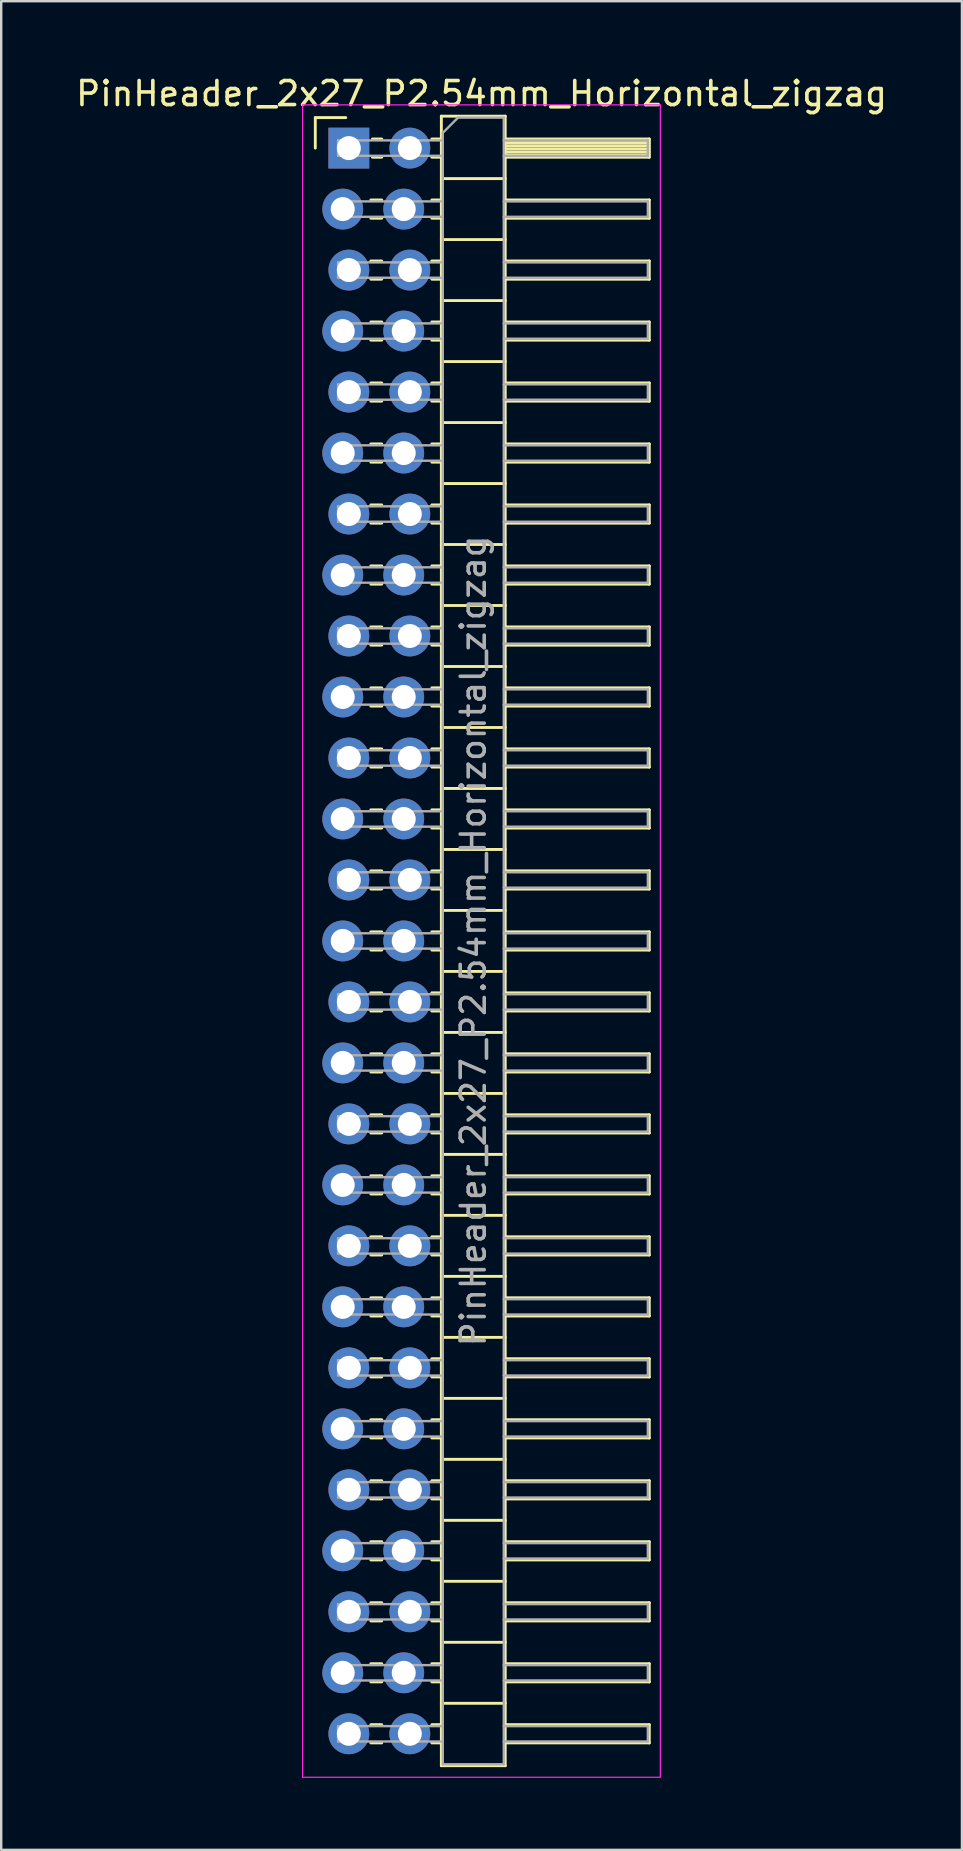
<source format=kicad_pcb>
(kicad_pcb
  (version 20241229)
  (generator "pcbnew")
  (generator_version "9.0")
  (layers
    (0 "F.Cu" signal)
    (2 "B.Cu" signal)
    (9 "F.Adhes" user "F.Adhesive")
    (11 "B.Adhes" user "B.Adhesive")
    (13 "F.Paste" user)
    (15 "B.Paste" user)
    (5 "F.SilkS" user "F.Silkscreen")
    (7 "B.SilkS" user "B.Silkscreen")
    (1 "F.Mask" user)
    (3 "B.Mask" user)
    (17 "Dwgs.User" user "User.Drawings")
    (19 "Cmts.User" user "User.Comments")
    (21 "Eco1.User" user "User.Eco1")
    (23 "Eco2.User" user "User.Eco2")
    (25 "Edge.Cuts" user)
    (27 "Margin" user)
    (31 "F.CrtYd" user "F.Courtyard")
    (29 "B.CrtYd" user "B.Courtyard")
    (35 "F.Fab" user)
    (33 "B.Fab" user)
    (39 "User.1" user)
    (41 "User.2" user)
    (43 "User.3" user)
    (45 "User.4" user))
  (footprint "PinHeader_2x27_P2.54mm_Horizontal_zigzag"
    (layer "F.Cu")
    (at 11.351 3.118)
    (property "Reference" "PinHeader_2x27_P2.54mm_Horizontal_zigzag" (at 5.655 -2.27 0) (layer "F.SilkS") (effects (font (size 1 1) (thickness 0.15))))
    (attr through_hole)
    (fp_line (start -1.27 -1.27) (end 0 -1.27) (stroke (width 0.12) (type solid)) (layer "F.SilkS"))
    (fp_line (start -1.27 0) (end -1.27 -1.27) (stroke (width 0.12) (type solid)) (layer "F.SilkS"))
    (fp_line (start 1.043 2.16) (end 1.497 2.16) (stroke (width 0.12) (type solid)) (layer "F.SilkS"))
    (fp_line (start 1.043 2.92) (end 1.497 2.92) (stroke (width 0.12) (type solid)) (layer "F.SilkS"))
    (fp_line (start 1.043 4.7) (end 1.497 4.7) (stroke (width 0.12) (type solid)) (layer "F.SilkS"))
    (fp_line (start 1.043 5.46) (end 1.497 5.46) (stroke (width 0.12) (type solid)) (layer "F.SilkS"))
    (fp_line (start 1.043 7.24) (end 1.497 7.24) (stroke (width 0.12) (type solid)) (layer "F.SilkS"))
    (fp_line (start 1.043 8) (end 1.497 8) (stroke (width 0.12) (type solid)) (layer "F.SilkS"))
    (fp_line (start 1.043 9.78) (end 1.497 9.78) (stroke (width 0.12) (type solid)) (layer "F.SilkS"))
    (fp_line (start 1.043 10.54) (end 1.497 10.54) (stroke (width 0.12) (type solid)) (layer "F.SilkS"))
    (fp_line (start 1.043 12.32) (end 1.497 12.32) (stroke (width 0.12) (type solid)) (layer "F.SilkS"))
    (fp_line (start 1.043 13.08) (end 1.497 13.08) (stroke (width 0.12) (type solid)) (layer "F.SilkS"))
    (fp_line (start 1.043 14.86) (end 1.497 14.86) (stroke (width 0.12) (type solid)) (layer "F.SilkS"))
    (fp_line (start 1.043 15.62) (end 1.497 15.62) (stroke (width 0.12) (type solid)) (layer "F.SilkS"))
    (fp_line (start 1.043 17.4) (end 1.497 17.4) (stroke (width 0.12) (type solid)) (layer "F.SilkS"))
    (fp_line (start 1.043 18.16) (end 1.497 18.16) (stroke (width 0.12) (type solid)) (layer "F.SilkS"))
    (fp_line (start 1.043 19.94) (end 1.497 19.94) (stroke (width 0.12) (type solid)) (layer "F.SilkS"))
    (fp_line (start 1.043 20.7) (end 1.497 20.7) (stroke (width 0.12) (type solid)) (layer "F.SilkS"))
    (fp_line (start 1.043 22.48) (end 1.497 22.48) (stroke (width 0.12) (type solid)) (layer "F.SilkS"))
    (fp_line (start 1.043 23.24) (end 1.497 23.24) (stroke (width 0.12) (type solid)) (layer "F.SilkS"))
    (fp_line (start 1.043 25.02) (end 1.497 25.02) (stroke (width 0.12) (type solid)) (layer "F.SilkS"))
    (fp_line (start 1.043 25.78) (end 1.497 25.78) (stroke (width 0.12) (type solid)) (layer "F.SilkS"))
    (fp_line (start 1.043 27.56) (end 1.497 27.56) (stroke (width 0.12) (type solid)) (layer "F.SilkS"))
    (fp_line (start 1.043 28.32) (end 1.497 28.32) (stroke (width 0.12) (type solid)) (layer "F.SilkS"))
    (fp_line (start 1.043 30.1) (end 1.497 30.1) (stroke (width 0.12) (type solid)) (layer "F.SilkS"))
    (fp_line (start 1.043 30.86) (end 1.497 30.86) (stroke (width 0.12) (type solid)) (layer "F.SilkS"))
    (fp_line (start 1.043 32.64) (end 1.497 32.64) (stroke (width 0.12) (type solid)) (layer "F.SilkS"))
    (fp_line (start 1.043 33.4) (end 1.497 33.4) (stroke (width 0.12) (type solid)) (layer "F.SilkS"))
    (fp_line (start 1.043 35.18) (end 1.497 35.18) (stroke (width 0.12) (type solid)) (layer "F.SilkS"))
    (fp_line (start 1.043 35.94) (end 1.497 35.94) (stroke (width 0.12) (type solid)) (layer "F.SilkS"))
    (fp_line (start 1.043 37.72) (end 1.497 37.72) (stroke (width 0.12) (type solid)) (layer "F.SilkS"))
    (fp_line (start 1.043 38.48) (end 1.497 38.48) (stroke (width 0.12) (type solid)) (layer "F.SilkS"))
    (fp_line (start 1.043 40.26) (end 1.497 40.26) (stroke (width 0.12) (type solid)) (layer "F.SilkS"))
    (fp_line (start 1.043 41.02) (end 1.497 41.02) (stroke (width 0.12) (type solid)) (layer "F.SilkS"))
    (fp_line (start 1.043 42.8) (end 1.497 42.8) (stroke (width 0.12) (type solid)) (layer "F.SilkS"))
    (fp_line (start 1.043 43.56) (end 1.497 43.56) (stroke (width 0.12) (type solid)) (layer "F.SilkS"))
    (fp_line (start 1.043 45.34) (end 1.497 45.34) (stroke (width 0.12) (type solid)) (layer "F.SilkS"))
    (fp_line (start 1.043 46.1) (end 1.497 46.1) (stroke (width 0.12) (type solid)) (layer "F.SilkS"))
    (fp_line (start 1.043 47.88) (end 1.497 47.88) (stroke (width 0.12) (type solid)) (layer "F.SilkS"))
    (fp_line (start 1.043 48.64) (end 1.497 48.64) (stroke (width 0.12) (type solid)) (layer "F.SilkS"))
    (fp_line (start 1.043 50.42) (end 1.497 50.42) (stroke (width 0.12) (type solid)) (layer "F.SilkS"))
    (fp_line (start 1.043 51.18) (end 1.497 51.18) (stroke (width 0.12) (type solid)) (layer "F.SilkS"))
    (fp_line (start 1.043 52.96) (end 1.497 52.96) (stroke (width 0.12) (type solid)) (layer "F.SilkS"))
    (fp_line (start 1.043 53.72) (end 1.497 53.72) (stroke (width 0.12) (type solid)) (layer "F.SilkS"))
    (fp_line (start 1.043 55.5) (end 1.497 55.5) (stroke (width 0.12) (type solid)) (layer "F.SilkS"))
    (fp_line (start 1.043 56.26) (end 1.497 56.26) (stroke (width 0.12) (type solid)) (layer "F.SilkS"))
    (fp_line (start 1.043 58.04) (end 1.497 58.04) (stroke (width 0.12) (type solid)) (layer "F.SilkS"))
    (fp_line (start 1.043 58.8) (end 1.497 58.8) (stroke (width 0.12) (type solid)) (layer "F.SilkS"))
    (fp_line (start 1.043 60.58) (end 1.497 60.58) (stroke (width 0.12) (type solid)) (layer "F.SilkS"))
    (fp_line (start 1.043 61.34) (end 1.497 61.34) (stroke (width 0.12) (type solid)) (layer "F.SilkS"))
    (fp_line (start 1.043 63.12) (end 1.497 63.12) (stroke (width 0.12) (type solid)) (layer "F.SilkS"))
    (fp_line (start 1.043 63.88) (end 1.497 63.88) (stroke (width 0.12) (type solid)) (layer "F.SilkS"))
    (fp_line (start 1.043 65.66) (end 1.497 65.66) (stroke (width 0.12) (type solid)) (layer "F.SilkS"))
    (fp_line (start 1.043 66.42) (end 1.497 66.42) (stroke (width 0.12) (type solid)) (layer "F.SilkS"))
    (fp_line (start 1.11 -0.38) (end 1.497 -0.38) (stroke (width 0.12) (type solid)) (layer "F.SilkS"))
    (fp_line (start 1.11 0.38) (end 1.497 0.38) (stroke (width 0.12) (type solid)) (layer "F.SilkS"))
    (fp_line (start 3.583 -0.38) (end 3.98 -0.38) (stroke (width 0.12) (type solid)) (layer "F.SilkS"))
    (fp_line (start 3.583 0.38) (end 3.98 0.38) (stroke (width 0.12) (type solid)) (layer "F.SilkS"))
    (fp_line (start 3.583 2.16) (end 3.98 2.16) (stroke (width 0.12) (type solid)) (layer "F.SilkS"))
    (fp_line (start 3.583 2.92) (end 3.98 2.92) (stroke (width 0.12) (type solid)) (layer "F.SilkS"))
    (fp_line (start 3.583 4.7) (end 3.98 4.7) (stroke (width 0.12) (type solid)) (layer "F.SilkS"))
    (fp_line (start 3.583 5.46) (end 3.98 5.46) (stroke (width 0.12) (type solid)) (layer "F.SilkS"))
    (fp_line (start 3.583 7.24) (end 3.98 7.24) (stroke (width 0.12) (type solid)) (layer "F.SilkS"))
    (fp_line (start 3.583 8) (end 3.98 8) (stroke (width 0.12) (type solid)) (layer "F.SilkS"))
    (fp_line (start 3.583 9.78) (end 3.98 9.78) (stroke (width 0.12) (type solid)) (layer "F.SilkS"))
    (fp_line (start 3.583 10.54) (end 3.98 10.54) (stroke (width 0.12) (type solid)) (layer "F.SilkS"))
    (fp_line (start 3.583 12.32) (end 3.98 12.32) (stroke (width 0.12) (type solid)) (layer "F.SilkS"))
    (fp_line (start 3.583 13.08) (end 3.98 13.08) (stroke (width 0.12) (type solid)) (layer "F.SilkS"))
    (fp_line (start 3.583 14.86) (end 3.98 14.86) (stroke (width 0.12) (type solid)) (layer "F.SilkS"))
    (fp_line (start 3.583 15.62) (end 3.98 15.62) (stroke (width 0.12) (type solid)) (layer "F.SilkS"))
    (fp_line (start 3.583 17.4) (end 3.98 17.4) (stroke (width 0.12) (type solid)) (layer "F.SilkS"))
    (fp_line (start 3.583 18.16) (end 3.98 18.16) (stroke (width 0.12) (type solid)) (layer "F.SilkS"))
    (fp_line (start 3.583 19.94) (end 3.98 19.94) (stroke (width 0.12) (type solid)) (layer "F.SilkS"))
    (fp_line (start 3.583 20.7) (end 3.98 20.7) (stroke (width 0.12) (type solid)) (layer "F.SilkS"))
    (fp_line (start 3.583 22.48) (end 3.98 22.48) (stroke (width 0.12) (type solid)) (layer "F.SilkS"))
    (fp_line (start 3.583 23.24) (end 3.98 23.24) (stroke (width 0.12) (type solid)) (layer "F.SilkS"))
    (fp_line (start 3.583 25.02) (end 3.98 25.02) (stroke (width 0.12) (type solid)) (layer "F.SilkS"))
    (fp_line (start 3.583 25.78) (end 3.98 25.78) (stroke (width 0.12) (type solid)) (layer "F.SilkS"))
    (fp_line (start 3.583 27.56) (end 3.98 27.56) (stroke (width 0.12) (type solid)) (layer "F.SilkS"))
    (fp_line (start 3.583 28.32) (end 3.98 28.32) (stroke (width 0.12) (type solid)) (layer "F.SilkS"))
    (fp_line (start 3.583 30.1) (end 3.98 30.1) (stroke (width 0.12) (type solid)) (layer "F.SilkS"))
    (fp_line (start 3.583 30.86) (end 3.98 30.86) (stroke (width 0.12) (type solid)) (layer "F.SilkS"))
    (fp_line (start 3.583 32.64) (end 3.98 32.64) (stroke (width 0.12) (type solid)) (layer "F.SilkS"))
    (fp_line (start 3.583 33.4) (end 3.98 33.4) (stroke (width 0.12) (type solid)) (layer "F.SilkS"))
    (fp_line (start 3.583 35.18) (end 3.98 35.18) (stroke (width 0.12) (type solid)) (layer "F.SilkS"))
    (fp_line (start 3.583 35.94) (end 3.98 35.94) (stroke (width 0.12) (type solid)) (layer "F.SilkS"))
    (fp_line (start 3.583 37.72) (end 3.98 37.72) (stroke (width 0.12) (type solid)) (layer "F.SilkS"))
    (fp_line (start 3.583 38.48) (end 3.98 38.48) (stroke (width 0.12) (type solid)) (layer "F.SilkS"))
    (fp_line (start 3.583 40.26) (end 3.98 40.26) (stroke (width 0.12) (type solid)) (layer "F.SilkS"))
    (fp_line (start 3.583 41.02) (end 3.98 41.02) (stroke (width 0.12) (type solid)) (layer "F.SilkS"))
    (fp_line (start 3.583 42.8) (end 3.98 42.8) (stroke (width 0.12) (type solid)) (layer "F.SilkS"))
    (fp_line (start 3.583 43.56) (end 3.98 43.56) (stroke (width 0.12) (type solid)) (layer "F.SilkS"))
    (fp_line (start 3.583 45.34) (end 3.98 45.34) (stroke (width 0.12) (type solid)) (layer "F.SilkS"))
    (fp_line (start 3.583 46.1) (end 3.98 46.1) (stroke (width 0.12) (type solid)) (layer "F.SilkS"))
    (fp_line (start 3.583 47.88) (end 3.98 47.88) (stroke (width 0.12) (type solid)) (layer "F.SilkS"))
    (fp_line (start 3.583 48.64) (end 3.98 48.64) (stroke (width 0.12) (type solid)) (layer "F.SilkS"))
    (fp_line (start 3.583 50.42) (end 3.98 50.42) (stroke (width 0.12) (type solid)) (layer "F.SilkS"))
    (fp_line (start 3.583 51.18) (end 3.98 51.18) (stroke (width 0.12) (type solid)) (layer "F.SilkS"))
    (fp_line (start 3.583 52.96) (end 3.98 52.96) (stroke (width 0.12) (type solid)) (layer "F.SilkS"))
    (fp_line (start 3.583 53.72) (end 3.98 53.72) (stroke (width 0.12) (type solid)) (layer "F.SilkS"))
    (fp_line (start 3.583 55.5) (end 3.98 55.5) (stroke (width 0.12) (type solid)) (layer "F.SilkS"))
    (fp_line (start 3.583 56.26) (end 3.98 56.26) (stroke (width 0.12) (type solid)) (layer "F.SilkS"))
    (fp_line (start 3.583 58.04) (end 3.98 58.04) (stroke (width 0.12) (type solid)) (layer "F.SilkS"))
    (fp_line (start 3.583 58.8) (end 3.98 58.8) (stroke (width 0.12) (type solid)) (layer "F.SilkS"))
    (fp_line (start 3.583 60.58) (end 3.98 60.58) (stroke (width 0.12) (type solid)) (layer "F.SilkS"))
    (fp_line (start 3.583 61.34) (end 3.98 61.34) (stroke (width 0.12) (type solid)) (layer "F.SilkS"))
    (fp_line (start 3.583 63.12) (end 3.98 63.12) (stroke (width 0.12) (type solid)) (layer "F.SilkS"))
    (fp_line (start 3.583 63.88) (end 3.98 63.88) (stroke (width 0.12) (type solid)) (layer "F.SilkS"))
    (fp_line (start 3.583 65.66) (end 3.98 65.66) (stroke (width 0.12) (type solid)) (layer "F.SilkS"))
    (fp_line (start 3.583 66.42) (end 3.98 66.42) (stroke (width 0.12) (type solid)) (layer "F.SilkS"))
    (fp_line (start 3.98 -1.33) (end 3.98 67.37) (stroke (width 0.12) (type solid)) (layer "F.SilkS"))
    (fp_line (start 3.98 1.27) (end 6.64 1.27) (stroke (width 0.12) (type solid)) (layer "F.SilkS"))
    (fp_line (start 3.98 3.81) (end 6.64 3.81) (stroke (width 0.12) (type solid)) (layer "F.SilkS"))
    (fp_line (start 3.98 6.35) (end 6.64 6.35) (stroke (width 0.12) (type solid)) (layer "F.SilkS"))
    (fp_line (start 3.98 8.89) (end 6.64 8.89) (stroke (width 0.12) (type solid)) (layer "F.SilkS"))
    (fp_line (start 3.98 11.43) (end 6.64 11.43) (stroke (width 0.12) (type solid)) (layer "F.SilkS"))
    (fp_line (start 3.98 13.97) (end 6.64 13.97) (stroke (width 0.12) (type solid)) (layer "F.SilkS"))
    (fp_line (start 3.98 16.51) (end 6.64 16.51) (stroke (width 0.12) (type solid)) (layer "F.SilkS"))
    (fp_line (start 3.98 19.05) (end 6.64 19.05) (stroke (width 0.12) (type solid)) (layer "F.SilkS"))
    (fp_line (start 3.98 21.59) (end 6.64 21.59) (stroke (width 0.12) (type solid)) (layer "F.SilkS"))
    (fp_line (start 3.98 24.13) (end 6.64 24.13) (stroke (width 0.12) (type solid)) (layer "F.SilkS"))
    (fp_line (start 3.98 26.67) (end 6.64 26.67) (stroke (width 0.12) (type solid)) (layer "F.SilkS"))
    (fp_line (start 3.98 29.21) (end 6.64 29.21) (stroke (width 0.12) (type solid)) (layer "F.SilkS"))
    (fp_line (start 3.98 31.75) (end 6.64 31.75) (stroke (width 0.12) (type solid)) (layer "F.SilkS"))
    (fp_line (start 3.98 34.29) (end 6.64 34.29) (stroke (width 0.12) (type solid)) (layer "F.SilkS"))
    (fp_line (start 3.98 36.83) (end 6.64 36.83) (stroke (width 0.12) (type solid)) (layer "F.SilkS"))
    (fp_line (start 3.98 39.37) (end 6.64 39.37) (stroke (width 0.12) (type solid)) (layer "F.SilkS"))
    (fp_line (start 3.98 41.91) (end 6.64 41.91) (stroke (width 0.12) (type solid)) (layer "F.SilkS"))
    (fp_line (start 3.98 44.45) (end 6.64 44.45) (stroke (width 0.12) (type solid)) (layer "F.SilkS"))
    (fp_line (start 3.98 46.99) (end 6.64 46.99) (stroke (width 0.12) (type solid)) (layer "F.SilkS"))
    (fp_line (start 3.98 49.53) (end 6.64 49.53) (stroke (width 0.12) (type solid)) (layer "F.SilkS"))
    (fp_line (start 3.98 52.07) (end 6.64 52.07) (stroke (width 0.12) (type solid)) (layer "F.SilkS"))
    (fp_line (start 3.98 54.61) (end 6.64 54.61) (stroke (width 0.12) (type solid)) (layer "F.SilkS"))
    (fp_line (start 3.98 57.15) (end 6.64 57.15) (stroke (width 0.12) (type solid)) (layer "F.SilkS"))
    (fp_line (start 3.98 59.69) (end 6.64 59.69) (stroke (width 0.12) (type solid)) (layer "F.SilkS"))
    (fp_line (start 3.98 62.23) (end 6.64 62.23) (stroke (width 0.12) (type solid)) (layer "F.SilkS"))
    (fp_line (start 3.98 64.77) (end 6.64 64.77) (stroke (width 0.12) (type solid)) (layer "F.SilkS"))
    (fp_line (start 3.98 67.37) (end 6.64 67.37) (stroke (width 0.12) (type solid)) (layer "F.SilkS"))
    (fp_line (start 6.64 -1.33) (end 3.98 -1.33) (stroke (width 0.12) (type solid)) (layer "F.SilkS"))
    (fp_line (start 6.64 -0.38) (end 12.64 -0.38) (stroke (width 0.12) (type solid)) (layer "F.SilkS"))
    (fp_line (start 6.64 -0.32) (end 12.64 -0.32) (stroke (width 0.12) (type solid)) (layer "F.SilkS"))
    (fp_line (start 6.64 -0.2) (end 12.64 -0.2) (stroke (width 0.12) (type solid)) (layer "F.SilkS"))
    (fp_line (start 6.64 -0.08) (end 12.64 -0.08) (stroke (width 0.12) (type solid)) (layer "F.SilkS"))
    (fp_line (start 6.64 0.04) (end 12.64 0.04) (stroke (width 0.12) (type solid)) (layer "F.SilkS"))
    (fp_line (start 6.64 0.16) (end 12.64 0.16) (stroke (width 0.12) (type solid)) (layer "F.SilkS"))
    (fp_line (start 6.64 0.28) (end 12.64 0.28) (stroke (width 0.12) (type solid)) (layer "F.SilkS"))
    (fp_line (start 6.64 2.16) (end 12.64 2.16) (stroke (width 0.12) (type solid)) (layer "F.SilkS"))
    (fp_line (start 6.64 4.7) (end 12.64 4.7) (stroke (width 0.12) (type solid)) (layer "F.SilkS"))
    (fp_line (start 6.64 7.24) (end 12.64 7.24) (stroke (width 0.12) (type solid)) (layer "F.SilkS"))
    (fp_line (start 6.64 9.78) (end 12.64 9.78) (stroke (width 0.12) (type solid)) (layer "F.SilkS"))
    (fp_line (start 6.64 12.32) (end 12.64 12.32) (stroke (width 0.12) (type solid)) (layer "F.SilkS"))
    (fp_line (start 6.64 14.86) (end 12.64 14.86) (stroke (width 0.12) (type solid)) (layer "F.SilkS"))
    (fp_line (start 6.64 17.4) (end 12.64 17.4) (stroke (width 0.12) (type solid)) (layer "F.SilkS"))
    (fp_line (start 6.64 19.94) (end 12.64 19.94) (stroke (width 0.12) (type solid)) (layer "F.SilkS"))
    (fp_line (start 6.64 22.48) (end 12.64 22.48) (stroke (width 0.12) (type solid)) (layer "F.SilkS"))
    (fp_line (start 6.64 25.02) (end 12.64 25.02) (stroke (width 0.12) (type solid)) (layer "F.SilkS"))
    (fp_line (start 6.64 27.56) (end 12.64 27.56) (stroke (width 0.12) (type solid)) (layer "F.SilkS"))
    (fp_line (start 6.64 30.1) (end 12.64 30.1) (stroke (width 0.12) (type solid)) (layer "F.SilkS"))
    (fp_line (start 6.64 32.64) (end 12.64 32.64) (stroke (width 0.12) (type solid)) (layer "F.SilkS"))
    (fp_line (start 6.64 35.18) (end 12.64 35.18) (stroke (width 0.12) (type solid)) (layer "F.SilkS"))
    (fp_line (start 6.64 37.72) (end 12.64 37.72) (stroke (width 0.12) (type solid)) (layer "F.SilkS"))
    (fp_line (start 6.64 40.26) (end 12.64 40.26) (stroke (width 0.12) (type solid)) (layer "F.SilkS"))
    (fp_line (start 6.64 42.8) (end 12.64 42.8) (stroke (width 0.12) (type solid)) (layer "F.SilkS"))
    (fp_line (start 6.64 45.34) (end 12.64 45.34) (stroke (width 0.12) (type solid)) (layer "F.SilkS"))
    (fp_line (start 6.64 47.88) (end 12.64 47.88) (stroke (width 0.12) (type solid)) (layer "F.SilkS"))
    (fp_line (start 6.64 50.42) (end 12.64 50.42) (stroke (width 0.12) (type solid)) (layer "F.SilkS"))
    (fp_line (start 6.64 52.96) (end 12.64 52.96) (stroke (width 0.12) (type solid)) (layer "F.SilkS"))
    (fp_line (start 6.64 55.5) (end 12.64 55.5) (stroke (width 0.12) (type solid)) (layer "F.SilkS"))
    (fp_line (start 6.64 58.04) (end 12.64 58.04) (stroke (width 0.12) (type solid)) (layer "F.SilkS"))
    (fp_line (start 6.64 60.58) (end 12.64 60.58) (stroke (width 0.12) (type solid)) (layer "F.SilkS"))
    (fp_line (start 6.64 63.12) (end 12.64 63.12) (stroke (width 0.12) (type solid)) (layer "F.SilkS"))
    (fp_line (start 6.64 65.66) (end 12.64 65.66) (stroke (width 0.12) (type solid)) (layer "F.SilkS"))
    (fp_line (start 6.64 67.37) (end 6.64 -1.33) (stroke (width 0.12) (type solid)) (layer "F.SilkS"))
    (fp_line (start 12.64 -0.38) (end 12.64 0.38) (stroke (width 0.12) (type solid)) (layer "F.SilkS"))
    (fp_line (start 12.64 0.38) (end 6.64 0.38) (stroke (width 0.12) (type solid)) (layer "F.SilkS"))
    (fp_line (start 12.64 2.16) (end 12.64 2.92) (stroke (width 0.12) (type solid)) (layer "F.SilkS"))
    (fp_line (start 12.64 2.92) (end 6.64 2.92) (stroke (width 0.12) (type solid)) (layer "F.SilkS"))
    (fp_line (start 12.64 4.7) (end 12.64 5.46) (stroke (width 0.12) (type solid)) (layer "F.SilkS"))
    (fp_line (start 12.64 5.46) (end 6.64 5.46) (stroke (width 0.12) (type solid)) (layer "F.SilkS"))
    (fp_line (start 12.64 7.24) (end 12.64 8) (stroke (width 0.12) (type solid)) (layer "F.SilkS"))
    (fp_line (start 12.64 8) (end 6.64 8) (stroke (width 0.12) (type solid)) (layer "F.SilkS"))
    (fp_line (start 12.64 9.78) (end 12.64 10.54) (stroke (width 0.12) (type solid)) (layer "F.SilkS"))
    (fp_line (start 12.64 10.54) (end 6.64 10.54) (stroke (width 0.12) (type solid)) (layer "F.SilkS"))
    (fp_line (start 12.64 12.32) (end 12.64 13.08) (stroke (width 0.12) (type solid)) (layer "F.SilkS"))
    (fp_line (start 12.64 13.08) (end 6.64 13.08) (stroke (width 0.12) (type solid)) (layer "F.SilkS"))
    (fp_line (start 12.64 14.86) (end 12.64 15.62) (stroke (width 0.12) (type solid)) (layer "F.SilkS"))
    (fp_line (start 12.64 15.62) (end 6.64 15.62) (stroke (width 0.12) (type solid)) (layer "F.SilkS"))
    (fp_line (start 12.64 17.4) (end 12.64 18.16) (stroke (width 0.12) (type solid)) (layer "F.SilkS"))
    (fp_line (start 12.64 18.16) (end 6.64 18.16) (stroke (width 0.12) (type solid)) (layer "F.SilkS"))
    (fp_line (start 12.64 19.94) (end 12.64 20.7) (stroke (width 0.12) (type solid)) (layer "F.SilkS"))
    (fp_line (start 12.64 20.7) (end 6.64 20.7) (stroke (width 0.12) (type solid)) (layer "F.SilkS"))
    (fp_line (start 12.64 22.48) (end 12.64 23.24) (stroke (width 0.12) (type solid)) (layer "F.SilkS"))
    (fp_line (start 12.64 23.24) (end 6.64 23.24) (stroke (width 0.12) (type solid)) (layer "F.SilkS"))
    (fp_line (start 12.64 25.02) (end 12.64 25.78) (stroke (width 0.12) (type solid)) (layer "F.SilkS"))
    (fp_line (start 12.64 25.78) (end 6.64 25.78) (stroke (width 0.12) (type solid)) (layer "F.SilkS"))
    (fp_line (start 12.64 27.56) (end 12.64 28.32) (stroke (width 0.12) (type solid)) (layer "F.SilkS"))
    (fp_line (start 12.64 28.32) (end 6.64 28.32) (stroke (width 0.12) (type solid)) (layer "F.SilkS"))
    (fp_line (start 12.64 30.1) (end 12.64 30.86) (stroke (width 0.12) (type solid)) (layer "F.SilkS"))
    (fp_line (start 12.64 30.86) (end 6.64 30.86) (stroke (width 0.12) (type solid)) (layer "F.SilkS"))
    (fp_line (start 12.64 32.64) (end 12.64 33.4) (stroke (width 0.12) (type solid)) (layer "F.SilkS"))
    (fp_line (start 12.64 33.4) (end 6.64 33.4) (stroke (width 0.12) (type solid)) (layer "F.SilkS"))
    (fp_line (start 12.64 35.18) (end 12.64 35.94) (stroke (width 0.12) (type solid)) (layer "F.SilkS"))
    (fp_line (start 12.64 35.94) (end 6.64 35.94) (stroke (width 0.12) (type solid)) (layer "F.SilkS"))
    (fp_line (start 12.64 37.72) (end 12.64 38.48) (stroke (width 0.12) (type solid)) (layer "F.SilkS"))
    (fp_line (start 12.64 38.48) (end 6.64 38.48) (stroke (width 0.12) (type solid)) (layer "F.SilkS"))
    (fp_line (start 12.64 40.26) (end 12.64 41.02) (stroke (width 0.12) (type solid)) (layer "F.SilkS"))
    (fp_line (start 12.64 41.02) (end 6.64 41.02) (stroke (width 0.12) (type solid)) (layer "F.SilkS"))
    (fp_line (start 12.64 42.8) (end 12.64 43.56) (stroke (width 0.12) (type solid)) (layer "F.SilkS"))
    (fp_line (start 12.64 43.56) (end 6.64 43.56) (stroke (width 0.12) (type solid)) (layer "F.SilkS"))
    (fp_line (start 12.64 45.34) (end 12.64 46.1) (stroke (width 0.12) (type solid)) (layer "F.SilkS"))
    (fp_line (start 12.64 46.1) (end 6.64 46.1) (stroke (width 0.12) (type solid)) (layer "F.SilkS"))
    (fp_line (start 12.64 47.88) (end 12.64 48.64) (stroke (width 0.12) (type solid)) (layer "F.SilkS"))
    (fp_line (start 12.64 48.64) (end 6.64 48.64) (stroke (width 0.12) (type solid)) (layer "F.SilkS"))
    (fp_line (start 12.64 50.42) (end 12.64 51.18) (stroke (width 0.12) (type solid)) (layer "F.SilkS"))
    (fp_line (start 12.64 51.18) (end 6.64 51.18) (stroke (width 0.12) (type solid)) (layer "F.SilkS"))
    (fp_line (start 12.64 52.96) (end 12.64 53.72) (stroke (width 0.12) (type solid)) (layer "F.SilkS"))
    (fp_line (start 12.64 53.72) (end 6.64 53.72) (stroke (width 0.12) (type solid)) (layer "F.SilkS"))
    (fp_line (start 12.64 55.5) (end 12.64 56.26) (stroke (width 0.12) (type solid)) (layer "F.SilkS"))
    (fp_line (start 12.64 56.26) (end 6.64 56.26) (stroke (width 0.12) (type solid)) (layer "F.SilkS"))
    (fp_line (start 12.64 58.04) (end 12.64 58.8) (stroke (width 0.12) (type solid)) (layer "F.SilkS"))
    (fp_line (start 12.64 58.8) (end 6.64 58.8) (stroke (width 0.12) (type solid)) (layer "F.SilkS"))
    (fp_line (start 12.64 60.58) (end 12.64 61.34) (stroke (width 0.12) (type solid)) (layer "F.SilkS"))
    (fp_line (start 12.64 61.34) (end 6.64 61.34) (stroke (width 0.12) (type solid)) (layer "F.SilkS"))
    (fp_line (start 12.64 63.12) (end 12.64 63.88) (stroke (width 0.12) (type solid)) (layer "F.SilkS"))
    (fp_line (start 12.64 63.88) (end 6.64 63.88) (stroke (width 0.12) (type solid)) (layer "F.SilkS"))
    (fp_line (start 12.64 65.66) (end 12.64 66.42) (stroke (width 0.12) (type solid)) (layer "F.SilkS"))
    (fp_line (start 12.64 66.42) (end 6.64 66.42) (stroke (width 0.12) (type solid)) (layer "F.SilkS"))
    (fp_line (start -1.8 -1.8) (end -1.8 67.85) (stroke (width 0.05) (type solid)) (layer "F.CrtYd"))
    (fp_line (start -1.8 67.85) (end 13.1 67.85) (stroke (width 0.05) (type solid)) (layer "F.CrtYd"))
    (fp_line (start 13.1 -1.8) (end -1.8 -1.8) (stroke (width 0.05) (type solid)) (layer "F.CrtYd"))
    (fp_line (start 13.1 67.85) (end 13.1 -1.8) (stroke (width 0.05) (type solid)) (layer "F.CrtYd"))
    (fp_line (start -0.32 -0.32) (end -0.32 0.32) (stroke (width 0.1) (type solid)) (layer "F.Fab"))
    (fp_line (start -0.32 -0.32) (end 4.04 -0.32) (stroke (width 0.1) (type solid)) (layer "F.Fab"))
    (fp_line (start -0.32 0.32) (end 4.04 0.32) (stroke (width 0.1) (type solid)) (layer "F.Fab"))
    (fp_line (start -0.32 2.22) (end -0.32 2.86) (stroke (width 0.1) (type solid)) (layer "F.Fab"))
    (fp_line (start -0.32 2.22) (end 4.04 2.22) (stroke (width 0.1) (type solid)) (layer "F.Fab"))
    (fp_line (start -0.32 2.86) (end 4.04 2.86) (stroke (width 0.1) (type solid)) (layer "F.Fab"))
    (fp_line (start -0.32 4.76) (end -0.32 5.4) (stroke (width 0.1) (type solid)) (layer "F.Fab"))
    (fp_line (start -0.32 4.76) (end 4.04 4.76) (stroke (width 0.1) (type solid)) (layer "F.Fab"))
    (fp_line (start -0.32 5.4) (end 4.04 5.4) (stroke (width 0.1) (type solid)) (layer "F.Fab"))
    (fp_line (start -0.32 7.3) (end -0.32 7.94) (stroke (width 0.1) (type solid)) (layer "F.Fab"))
    (fp_line (start -0.32 7.3) (end 4.04 7.3) (stroke (width 0.1) (type solid)) (layer "F.Fab"))
    (fp_line (start -0.32 7.94) (end 4.04 7.94) (stroke (width 0.1) (type solid)) (layer "F.Fab"))
    (fp_line (start -0.32 9.84) (end -0.32 10.48) (stroke (width 0.1) (type solid)) (layer "F.Fab"))
    (fp_line (start -0.32 9.84) (end 4.04 9.84) (stroke (width 0.1) (type solid)) (layer "F.Fab"))
    (fp_line (start -0.32 10.48) (end 4.04 10.48) (stroke (width 0.1) (type solid)) (layer "F.Fab"))
    (fp_line (start -0.32 12.38) (end -0.32 13.02) (stroke (width 0.1) (type solid)) (layer "F.Fab"))
    (fp_line (start -0.32 12.38) (end 4.04 12.38) (stroke (width 0.1) (type solid)) (layer "F.Fab"))
    (fp_line (start -0.32 13.02) (end 4.04 13.02) (stroke (width 0.1) (type solid)) (layer "F.Fab"))
    (fp_line (start -0.32 14.92) (end -0.32 15.56) (stroke (width 0.1) (type solid)) (layer "F.Fab"))
    (fp_line (start -0.32 14.92) (end 4.04 14.92) (stroke (width 0.1) (type solid)) (layer "F.Fab"))
    (fp_line (start -0.32 15.56) (end 4.04 15.56) (stroke (width 0.1) (type solid)) (layer "F.Fab"))
    (fp_line (start -0.32 17.46) (end -0.32 18.1) (stroke (width 0.1) (type solid)) (layer "F.Fab"))
    (fp_line (start -0.32 17.46) (end 4.04 17.46) (stroke (width 0.1) (type solid)) (layer "F.Fab"))
    (fp_line (start -0.32 18.1) (end 4.04 18.1) (stroke (width 0.1) (type solid)) (layer "F.Fab"))
    (fp_line (start -0.32 20) (end -0.32 20.64) (stroke (width 0.1) (type solid)) (layer "F.Fab"))
    (fp_line (start -0.32 20) (end 4.04 20) (stroke (width 0.1) (type solid)) (layer "F.Fab"))
    (fp_line (start -0.32 20.64) (end 4.04 20.64) (stroke (width 0.1) (type solid)) (layer "F.Fab"))
    (fp_line (start -0.32 22.54) (end -0.32 23.18) (stroke (width 0.1) (type solid)) (layer "F.Fab"))
    (fp_line (start -0.32 22.54) (end 4.04 22.54) (stroke (width 0.1) (type solid)) (layer "F.Fab"))
    (fp_line (start -0.32 23.18) (end 4.04 23.18) (stroke (width 0.1) (type solid)) (layer "F.Fab"))
    (fp_line (start -0.32 25.08) (end -0.32 25.72) (stroke (width 0.1) (type solid)) (layer "F.Fab"))
    (fp_line (start -0.32 25.08) (end 4.04 25.08) (stroke (width 0.1) (type solid)) (layer "F.Fab"))
    (fp_line (start -0.32 25.72) (end 4.04 25.72) (stroke (width 0.1) (type solid)) (layer "F.Fab"))
    (fp_line (start -0.32 27.62) (end -0.32 28.26) (stroke (width 0.1) (type solid)) (layer "F.Fab"))
    (fp_line (start -0.32 27.62) (end 4.04 27.62) (stroke (width 0.1) (type solid)) (layer "F.Fab"))
    (fp_line (start -0.32 28.26) (end 4.04 28.26) (stroke (width 0.1) (type solid)) (layer "F.Fab"))
    (fp_line (start -0.32 30.16) (end -0.32 30.8) (stroke (width 0.1) (type solid)) (layer "F.Fab"))
    (fp_line (start -0.32 30.16) (end 4.04 30.16) (stroke (width 0.1) (type solid)) (layer "F.Fab"))
    (fp_line (start -0.32 30.8) (end 4.04 30.8) (stroke (width 0.1) (type solid)) (layer "F.Fab"))
    (fp_line (start -0.32 32.7) (end -0.32 33.34) (stroke (width 0.1) (type solid)) (layer "F.Fab"))
    (fp_line (start -0.32 32.7) (end 4.04 32.7) (stroke (width 0.1) (type solid)) (layer "F.Fab"))
    (fp_line (start -0.32 33.34) (end 4.04 33.34) (stroke (width 0.1) (type solid)) (layer "F.Fab"))
    (fp_line (start -0.32 35.24) (end -0.32 35.88) (stroke (width 0.1) (type solid)) (layer "F.Fab"))
    (fp_line (start -0.32 35.24) (end 4.04 35.24) (stroke (width 0.1) (type solid)) (layer "F.Fab"))
    (fp_line (start -0.32 35.88) (end 4.04 35.88) (stroke (width 0.1) (type solid)) (layer "F.Fab"))
    (fp_line (start -0.32 37.78) (end -0.32 38.42) (stroke (width 0.1) (type solid)) (layer "F.Fab"))
    (fp_line (start -0.32 37.78) (end 4.04 37.78) (stroke (width 0.1) (type solid)) (layer "F.Fab"))
    (fp_line (start -0.32 38.42) (end 4.04 38.42) (stroke (width 0.1) (type solid)) (layer "F.Fab"))
    (fp_line (start -0.32 40.32) (end -0.32 40.96) (stroke (width 0.1) (type solid)) (layer "F.Fab"))
    (fp_line (start -0.32 40.32) (end 4.04 40.32) (stroke (width 0.1) (type solid)) (layer "F.Fab"))
    (fp_line (start -0.32 40.96) (end 4.04 40.96) (stroke (width 0.1) (type solid)) (layer "F.Fab"))
    (fp_line (start -0.32 42.86) (end -0.32 43.5) (stroke (width 0.1) (type solid)) (layer "F.Fab"))
    (fp_line (start -0.32 42.86) (end 4.04 42.86) (stroke (width 0.1) (type solid)) (layer "F.Fab"))
    (fp_line (start -0.32 43.5) (end 4.04 43.5) (stroke (width 0.1) (type solid)) (layer "F.Fab"))
    (fp_line (start -0.32 45.4) (end -0.32 46.04) (stroke (width 0.1) (type solid)) (layer "F.Fab"))
    (fp_line (start -0.32 45.4) (end 4.04 45.4) (stroke (width 0.1) (type solid)) (layer "F.Fab"))
    (fp_line (start -0.32 46.04) (end 4.04 46.04) (stroke (width 0.1) (type solid)) (layer "F.Fab"))
    (fp_line (start -0.32 47.94) (end -0.32 48.58) (stroke (width 0.1) (type solid)) (layer "F.Fab"))
    (fp_line (start -0.32 47.94) (end 4.04 47.94) (stroke (width 0.1) (type solid)) (layer "F.Fab"))
    (fp_line (start -0.32 48.58) (end 4.04 48.58) (stroke (width 0.1) (type solid)) (layer "F.Fab"))
    (fp_line (start -0.32 50.48) (end -0.32 51.12) (stroke (width 0.1) (type solid)) (layer "F.Fab"))
    (fp_line (start -0.32 50.48) (end 4.04 50.48) (stroke (width 0.1) (type solid)) (layer "F.Fab"))
    (fp_line (start -0.32 51.12) (end 4.04 51.12) (stroke (width 0.1) (type solid)) (layer "F.Fab"))
    (fp_line (start -0.32 53.02) (end -0.32 53.66) (stroke (width 0.1) (type solid)) (layer "F.Fab"))
    (fp_line (start -0.32 53.02) (end 4.04 53.02) (stroke (width 0.1) (type solid)) (layer "F.Fab"))
    (fp_line (start -0.32 53.66) (end 4.04 53.66) (stroke (width 0.1) (type solid)) (layer "F.Fab"))
    (fp_line (start -0.32 55.56) (end -0.32 56.2) (stroke (width 0.1) (type solid)) (layer "F.Fab"))
    (fp_line (start -0.32 55.56) (end 4.04 55.56) (stroke (width 0.1) (type solid)) (layer "F.Fab"))
    (fp_line (start -0.32 56.2) (end 4.04 56.2) (stroke (width 0.1) (type solid)) (layer "F.Fab"))
    (fp_line (start -0.32 58.1) (end -0.32 58.74) (stroke (width 0.1) (type solid)) (layer "F.Fab"))
    (fp_line (start -0.32 58.1) (end 4.04 58.1) (stroke (width 0.1) (type solid)) (layer "F.Fab"))
    (fp_line (start -0.32 58.74) (end 4.04 58.74) (stroke (width 0.1) (type solid)) (layer "F.Fab"))
    (fp_line (start -0.32 60.64) (end -0.32 61.28) (stroke (width 0.1) (type solid)) (layer "F.Fab"))
    (fp_line (start -0.32 60.64) (end 4.04 60.64) (stroke (width 0.1) (type solid)) (layer "F.Fab"))
    (fp_line (start -0.32 61.28) (end 4.04 61.28) (stroke (width 0.1) (type solid)) (layer "F.Fab"))
    (fp_line (start -0.32 63.18) (end -0.32 63.82) (stroke (width 0.1) (type solid)) (layer "F.Fab"))
    (fp_line (start -0.32 63.18) (end 4.04 63.18) (stroke (width 0.1) (type solid)) (layer "F.Fab"))
    (fp_line (start -0.32 63.82) (end 4.04 63.82) (stroke (width 0.1) (type solid)) (layer "F.Fab"))
    (fp_line (start -0.32 65.72) (end -0.32 66.36) (stroke (width 0.1) (type solid)) (layer "F.Fab"))
    (fp_line (start -0.32 65.72) (end 4.04 65.72) (stroke (width 0.1) (type solid)) (layer "F.Fab"))
    (fp_line (start -0.32 66.36) (end 4.04 66.36) (stroke (width 0.1) (type solid)) (layer "F.Fab"))
    (fp_line (start 4.04 -0.635) (end 4.675 -1.27) (stroke (width 0.1) (type solid)) (layer "F.Fab"))
    (fp_line (start 4.04 67.31) (end 4.04 -0.635) (stroke (width 0.1) (type solid)) (layer "F.Fab"))
    (fp_line (start 4.675 -1.27) (end 6.58 -1.27) (stroke (width 0.1) (type solid)) (layer "F.Fab"))
    (fp_line (start 6.58 -1.27) (end 6.58 67.31) (stroke (width 0.1) (type solid)) (layer "F.Fab"))
    (fp_line (start 6.58 -0.32) (end 12.58 -0.32) (stroke (width 0.1) (type solid)) (layer "F.Fab"))
    (fp_line (start 6.58 0.32) (end 12.58 0.32) (stroke (width 0.1) (type solid)) (layer "F.Fab"))
    (fp_line (start 6.58 2.22) (end 12.58 2.22) (stroke (width 0.1) (type solid)) (layer "F.Fab"))
    (fp_line (start 6.58 2.86) (end 12.58 2.86) (stroke (width 0.1) (type solid)) (layer "F.Fab"))
    (fp_line (start 6.58 4.76) (end 12.58 4.76) (stroke (width 0.1) (type solid)) (layer "F.Fab"))
    (fp_line (start 6.58 5.4) (end 12.58 5.4) (stroke (width 0.1) (type solid)) (layer "F.Fab"))
    (fp_line (start 6.58 7.3) (end 12.58 7.3) (stroke (width 0.1) (type solid)) (layer "F.Fab"))
    (fp_line (start 6.58 7.94) (end 12.58 7.94) (stroke (width 0.1) (type solid)) (layer "F.Fab"))
    (fp_line (start 6.58 9.84) (end 12.58 9.84) (stroke (width 0.1) (type solid)) (layer "F.Fab"))
    (fp_line (start 6.58 10.48) (end 12.58 10.48) (stroke (width 0.1) (type solid)) (layer "F.Fab"))
    (fp_line (start 6.58 12.38) (end 12.58 12.38) (stroke (width 0.1) (type solid)) (layer "F.Fab"))
    (fp_line (start 6.58 13.02) (end 12.58 13.02) (stroke (width 0.1) (type solid)) (layer "F.Fab"))
    (fp_line (start 6.58 14.92) (end 12.58 14.92) (stroke (width 0.1) (type solid)) (layer "F.Fab"))
    (fp_line (start 6.58 15.56) (end 12.58 15.56) (stroke (width 0.1) (type solid)) (layer "F.Fab"))
    (fp_line (start 6.58 17.46) (end 12.58 17.46) (stroke (width 0.1) (type solid)) (layer "F.Fab"))
    (fp_line (start 6.58 18.1) (end 12.58 18.1) (stroke (width 0.1) (type solid)) (layer "F.Fab"))
    (fp_line (start 6.58 20) (end 12.58 20) (stroke (width 0.1) (type solid)) (layer "F.Fab"))
    (fp_line (start 6.58 20.64) (end 12.58 20.64) (stroke (width 0.1) (type solid)) (layer "F.Fab"))
    (fp_line (start 6.58 22.54) (end 12.58 22.54) (stroke (width 0.1) (type solid)) (layer "F.Fab"))
    (fp_line (start 6.58 23.18) (end 12.58 23.18) (stroke (width 0.1) (type solid)) (layer "F.Fab"))
    (fp_line (start 6.58 25.08) (end 12.58 25.08) (stroke (width 0.1) (type solid)) (layer "F.Fab"))
    (fp_line (start 6.58 25.72) (end 12.58 25.72) (stroke (width 0.1) (type solid)) (layer "F.Fab"))
    (fp_line (start 6.58 27.62) (end 12.58 27.62) (stroke (width 0.1) (type solid)) (layer "F.Fab"))
    (fp_line (start 6.58 28.26) (end 12.58 28.26) (stroke (width 0.1) (type solid)) (layer "F.Fab"))
    (fp_line (start 6.58 30.16) (end 12.58 30.16) (stroke (width 0.1) (type solid)) (layer "F.Fab"))
    (fp_line (start 6.58 30.8) (end 12.58 30.8) (stroke (width 0.1) (type solid)) (layer "F.Fab"))
    (fp_line (start 6.58 32.7) (end 12.58 32.7) (stroke (width 0.1) (type solid)) (layer "F.Fab"))
    (fp_line (start 6.58 33.34) (end 12.58 33.34) (stroke (width 0.1) (type solid)) (layer "F.Fab"))
    (fp_line (start 6.58 35.24) (end 12.58 35.24) (stroke (width 0.1) (type solid)) (layer "F.Fab"))
    (fp_line (start 6.58 35.88) (end 12.58 35.88) (stroke (width 0.1) (type solid)) (layer "F.Fab"))
    (fp_line (start 6.58 37.78) (end 12.58 37.78) (stroke (width 0.1) (type solid)) (layer "F.Fab"))
    (fp_line (start 6.58 38.42) (end 12.58 38.42) (stroke (width 0.1) (type solid)) (layer "F.Fab"))
    (fp_line (start 6.58 40.32) (end 12.58 40.32) (stroke (width 0.1) (type solid)) (layer "F.Fab"))
    (fp_line (start 6.58 40.96) (end 12.58 40.96) (stroke (width 0.1) (type solid)) (layer "F.Fab"))
    (fp_line (start 6.58 42.86) (end 12.58 42.86) (stroke (width 0.1) (type solid)) (layer "F.Fab"))
    (fp_line (start 6.58 43.5) (end 12.58 43.5) (stroke (width 0.1) (type solid)) (layer "F.Fab"))
    (fp_line (start 6.58 45.4) (end 12.58 45.4) (stroke (width 0.1) (type solid)) (layer "F.Fab"))
    (fp_line (start 6.58 46.04) (end 12.58 46.04) (stroke (width 0.1) (type solid)) (layer "F.Fab"))
    (fp_line (start 6.58 47.94) (end 12.58 47.94) (stroke (width 0.1) (type solid)) (layer "F.Fab"))
    (fp_line (start 6.58 48.58) (end 12.58 48.58) (stroke (width 0.1) (type solid)) (layer "F.Fab"))
    (fp_line (start 6.58 50.48) (end 12.58 50.48) (stroke (width 0.1) (type solid)) (layer "F.Fab"))
    (fp_line (start 6.58 51.12) (end 12.58 51.12) (stroke (width 0.1) (type solid)) (layer "F.Fab"))
    (fp_line (start 6.58 53.02) (end 12.58 53.02) (stroke (width 0.1) (type solid)) (layer "F.Fab"))
    (fp_line (start 6.58 53.66) (end 12.58 53.66) (stroke (width 0.1) (type solid)) (layer "F.Fab"))
    (fp_line (start 6.58 55.56) (end 12.58 55.56) (stroke (width 0.1) (type solid)) (layer "F.Fab"))
    (fp_line (start 6.58 56.2) (end 12.58 56.2) (stroke (width 0.1) (type solid)) (layer "F.Fab"))
    (fp_line (start 6.58 58.1) (end 12.58 58.1) (stroke (width 0.1) (type solid)) (layer "F.Fab"))
    (fp_line (start 6.58 58.74) (end 12.58 58.74) (stroke (width 0.1) (type solid)) (layer "F.Fab"))
    (fp_line (start 6.58 60.64) (end 12.58 60.64) (stroke (width 0.1) (type solid)) (layer "F.Fab"))
    (fp_line (start 6.58 61.28) (end 12.58 61.28) (stroke (width 0.1) (type solid)) (layer "F.Fab"))
    (fp_line (start 6.58 63.18) (end 12.58 63.18) (stroke (width 0.1) (type solid)) (layer "F.Fab"))
    (fp_line (start 6.58 63.82) (end 12.58 63.82) (stroke (width 0.1) (type solid)) (layer "F.Fab"))
    (fp_line (start 6.58 65.72) (end 12.58 65.72) (stroke (width 0.1) (type solid)) (layer "F.Fab"))
    (fp_line (start 6.58 66.36) (end 12.58 66.36) (stroke (width 0.1) (type solid)) (layer "F.Fab"))
    (fp_line (start 6.58 67.31) (end 4.04 67.31) (stroke (width 0.1) (type solid)) (layer "F.Fab"))
    (fp_line (start 12.58 -0.32) (end 12.58 0.32) (stroke (width 0.1) (type solid)) (layer "F.Fab"))
    (fp_line (start 12.58 2.22) (end 12.58 2.86) (stroke (width 0.1) (type solid)) (layer "F.Fab"))
    (fp_line (start 12.58 4.76) (end 12.58 5.4) (stroke (width 0.1) (type solid)) (layer "F.Fab"))
    (fp_line (start 12.58 7.3) (end 12.58 7.94) (stroke (width 0.1) (type solid)) (layer "F.Fab"))
    (fp_line (start 12.58 9.84) (end 12.58 10.48) (stroke (width 0.1) (type solid)) (layer "F.Fab"))
    (fp_line (start 12.58 12.38) (end 12.58 13.02) (stroke (width 0.1) (type solid)) (layer "F.Fab"))
    (fp_line (start 12.58 14.92) (end 12.58 15.56) (stroke (width 0.1) (type solid)) (layer "F.Fab"))
    (fp_line (start 12.58 17.46) (end 12.58 18.1) (stroke (width 0.1) (type solid)) (layer "F.Fab"))
    (fp_line (start 12.58 20) (end 12.58 20.64) (stroke (width 0.1) (type solid)) (layer "F.Fab"))
    (fp_line (start 12.58 22.54) (end 12.58 23.18) (stroke (width 0.1) (type solid)) (layer "F.Fab"))
    (fp_line (start 12.58 25.08) (end 12.58 25.72) (stroke (width 0.1) (type solid)) (layer "F.Fab"))
    (fp_line (start 12.58 27.62) (end 12.58 28.26) (stroke (width 0.1) (type solid)) (layer "F.Fab"))
    (fp_line (start 12.58 30.16) (end 12.58 30.8) (stroke (width 0.1) (type solid)) (layer "F.Fab"))
    (fp_line (start 12.58 32.7) (end 12.58 33.34) (stroke (width 0.1) (type solid)) (layer "F.Fab"))
    (fp_line (start 12.58 35.24) (end 12.58 35.88) (stroke (width 0.1) (type solid)) (layer "F.Fab"))
    (fp_line (start 12.58 37.78) (end 12.58 38.42) (stroke (width 0.1) (type solid)) (layer "F.Fab"))
    (fp_line (start 12.58 40.32) (end 12.58 40.96) (stroke (width 0.1) (type solid)) (layer "F.Fab"))
    (fp_line (start 12.58 42.86) (end 12.58 43.5) (stroke (width 0.1) (type solid)) (layer "F.Fab"))
    (fp_line (start 12.58 45.4) (end 12.58 46.04) (stroke (width 0.1) (type solid)) (layer "F.Fab"))
    (fp_line (start 12.58 47.94) (end 12.58 48.58) (stroke (width 0.1) (type solid)) (layer "F.Fab"))
    (fp_line (start 12.58 50.48) (end 12.58 51.12) (stroke (width 0.1) (type solid)) (layer "F.Fab"))
    (fp_line (start 12.58 53.02) (end 12.58 53.66) (stroke (width 0.1) (type solid)) (layer "F.Fab"))
    (fp_line (start 12.58 55.56) (end 12.58 56.2) (stroke (width 0.1) (type solid)) (layer "F.Fab"))
    (fp_line (start 12.58 58.1) (end 12.58 58.74) (stroke (width 0.1) (type solid)) (layer "F.Fab"))
    (fp_line (start 12.58 60.64) (end 12.58 61.28) (stroke (width 0.1) (type solid)) (layer "F.Fab"))
    (fp_line (start 12.58 63.18) (end 12.58 63.82) (stroke (width 0.1) (type solid)) (layer "F.Fab"))
    (fp_line (start 12.58 65.72) (end 12.58 66.36) (stroke (width 0.1) (type solid)) (layer "F.Fab"))
    (fp_text user "${REFERENCE}" (at 5.31 33.02 90) (layer "F.Fab") (effects (font (size 1 1) (thickness 0.15))))
    (pad "1" thru_hole rect (at 0.127 0) (size 1.7 1.7) (drill 1) (layers "*.Cu" "*.Mask"))
    (pad "2" thru_hole oval (at 2.667 0) (size 1.7 1.7) (drill 1) (layers "*.Cu" "*.Mask"))
    (pad "3" thru_hole oval (at -0.127 2.54) (size 1.7 1.7) (drill 1) (layers "*.Cu" "*.Mask"))
    (pad "4" thru_hole oval (at 2.413 2.54) (size 1.7 1.7) (drill 1) (layers "*.Cu" "*.Mask"))
    (pad "5" thru_hole oval (at 0.127 5.08) (size 1.7 1.7) (drill 1) (layers "*.Cu" "*.Mask"))
    (pad "6" thru_hole oval (at 2.667 5.08) (size 1.7 1.7) (drill 1) (layers "*.Cu" "*.Mask"))
    (pad "7" thru_hole oval (at -0.127 7.62) (size 1.7 1.7) (drill 1) (layers "*.Cu" "*.Mask"))
    (pad "8" thru_hole oval (at 2.413 7.62) (size 1.7 1.7) (drill 1) (layers "*.Cu" "*.Mask"))
    (pad "9" thru_hole oval (at 0.127 10.16) (size 1.7 1.7) (drill 1) (layers "*.Cu" "*.Mask"))
    (pad "10" thru_hole oval (at 2.667 10.16) (size 1.7 1.7) (drill 1) (layers "*.Cu" "*.Mask"))
    (pad "11" thru_hole oval (at -0.127 12.7) (size 1.7 1.7) (drill 1) (layers "*.Cu" "*.Mask"))
    (pad "12" thru_hole oval (at 2.413 12.7) (size 1.7 1.7) (drill 1) (layers "*.Cu" "*.Mask"))
    (pad "13" thru_hole oval (at 0.127 15.24) (size 1.7 1.7) (drill 1) (layers "*.Cu" "*.Mask"))
    (pad "14" thru_hole oval (at 2.667 15.24) (size 1.7 1.7) (drill 1) (layers "*.Cu" "*.Mask"))
    (pad "15" thru_hole oval (at -0.127 17.78) (size 1.7 1.7) (drill 1) (layers "*.Cu" "*.Mask"))
    (pad "16" thru_hole oval (at 2.413 17.78) (size 1.7 1.7) (drill 1) (layers "*.Cu" "*.Mask"))
    (pad "17" thru_hole oval (at 0.127 20.32) (size 1.7 1.7) (drill 1) (layers "*.Cu" "*.Mask"))
    (pad "18" thru_hole oval (at 2.667 20.32) (size 1.7 1.7) (drill 1) (layers "*.Cu" "*.Mask"))
    (pad "19" thru_hole oval (at -0.127 22.86) (size 1.7 1.7) (drill 1) (layers "*.Cu" "*.Mask"))
    (pad "20" thru_hole oval (at 2.413 22.86) (size 1.7 1.7) (drill 1) (layers "*.Cu" "*.Mask"))
    (pad "21" thru_hole oval (at 0.127 25.4) (size 1.7 1.7) (drill 1) (layers "*.Cu" "*.Mask"))
    (pad "22" thru_hole oval (at 2.667 25.4) (size 1.7 1.7) (drill 1) (layers "*.Cu" "*.Mask"))
    (pad "23" thru_hole oval (at -0.127 27.94) (size 1.7 1.7) (drill 1) (layers "*.Cu" "*.Mask"))
    (pad "24" thru_hole oval (at 2.413 27.94) (size 1.7 1.7) (drill 1) (layers "*.Cu" "*.Mask"))
    (pad "25" thru_hole oval (at 0.127 30.48) (size 1.7 1.7) (drill 1) (layers "*.Cu" "*.Mask"))
    (pad "26" thru_hole oval (at 2.667 30.48) (size 1.7 1.7) (drill 1) (layers "*.Cu" "*.Mask"))
    (pad "27" thru_hole oval (at -0.127 33.02) (size 1.7 1.7) (drill 1) (layers "*.Cu" "*.Mask"))
    (pad "28" thru_hole oval (at 2.413 33.02) (size 1.7 1.7) (drill 1) (layers "*.Cu" "*.Mask"))
    (pad "29" thru_hole oval (at 0.127 35.56) (size 1.7 1.7) (drill 1) (layers "*.Cu" "*.Mask"))
    (pad "30" thru_hole oval (at 2.667 35.56) (size 1.7 1.7) (drill 1) (layers "*.Cu" "*.Mask"))
    (pad "31" thru_hole oval (at -0.127 38.1) (size 1.7 1.7) (drill 1) (layers "*.Cu" "*.Mask"))
    (pad "32" thru_hole oval (at 2.413 38.1) (size 1.7 1.7) (drill 1) (layers "*.Cu" "*.Mask"))
    (pad "33" thru_hole oval (at 0.127 40.64) (size 1.7 1.7) (drill 1) (layers "*.Cu" "*.Mask"))
    (pad "34" thru_hole oval (at 2.667 40.64) (size 1.7 1.7) (drill 1) (layers "*.Cu" "*.Mask"))
    (pad "35" thru_hole oval (at -0.127 43.18) (size 1.7 1.7) (drill 1) (layers "*.Cu" "*.Mask"))
    (pad "36" thru_hole oval (at 2.413 43.18) (size 1.7 1.7) (drill 1) (layers "*.Cu" "*.Mask"))
    (pad "37" thru_hole oval (at 0.127 45.72) (size 1.7 1.7) (drill 1) (layers "*.Cu" "*.Mask"))
    (pad "38" thru_hole oval (at 2.667 45.72) (size 1.7 1.7) (drill 1) (layers "*.Cu" "*.Mask"))
    (pad "39" thru_hole oval (at -0.127 48.26) (size 1.7 1.7) (drill 1) (layers "*.Cu" "*.Mask"))
    (pad "40" thru_hole oval (at 2.413 48.26) (size 1.7 1.7) (drill 1) (layers "*.Cu" "*.Mask"))
    (pad "41" thru_hole oval (at 0.127 50.8) (size 1.7 1.7) (drill 1) (layers "*.Cu" "*.Mask"))
    (pad "42" thru_hole oval (at 2.667 50.8) (size 1.7 1.7) (drill 1) (layers "*.Cu" "*.Mask"))
    (pad "43" thru_hole oval (at -0.127 53.34) (size 1.7 1.7) (drill 1) (layers "*.Cu" "*.Mask"))
    (pad "44" thru_hole oval (at 2.413 53.34) (size 1.7 1.7) (drill 1) (layers "*.Cu" "*.Mask"))
    (pad "45" thru_hole oval (at 0.127 55.88) (size 1.7 1.7) (drill 1) (layers "*.Cu" "*.Mask"))
    (pad "46" thru_hole oval (at 2.667 55.88) (size 1.7 1.7) (drill 1) (layers "*.Cu" "*.Mask"))
    (pad "47" thru_hole oval (at -0.127 58.42) (size 1.7 1.7) (drill 1) (layers "*.Cu" "*.Mask"))
    (pad "48" thru_hole oval (at 2.413 58.42) (size 1.7 1.7) (drill 1) (layers "*.Cu" "*.Mask"))
    (pad "49" thru_hole oval (at 0.127 60.96) (size 1.7 1.7) (drill 1) (layers "*.Cu" "*.Mask"))
    (pad "50" thru_hole oval (at 2.667 60.96) (size 1.7 1.7) (drill 1) (layers "*.Cu" "*.Mask"))
    (pad "51" thru_hole oval (at -0.127 63.5) (size 1.7 1.7) (drill 1) (layers "*.Cu" "*.Mask"))
    (pad "52" thru_hole oval (at 2.413 63.5) (size 1.7 1.7) (drill 1) (layers "*.Cu" "*.Mask"))
    (pad "53" thru_hole oval (at 0.127 66.04) (size 1.7 1.7) (drill 1) (layers "*.Cu" "*.Mask"))
    (pad "54" thru_hole oval (at 2.667 66.04) (size 1.7 1.7) (drill 1) (layers "*.Cu" "*.Mask")))
  (gr_rect
    (start -3 -3)
    (end 37.012 73.993)
    (stroke (width 0.1) (type default))
    (fill no)
    (layer "Edge.Cuts")))
</source>
